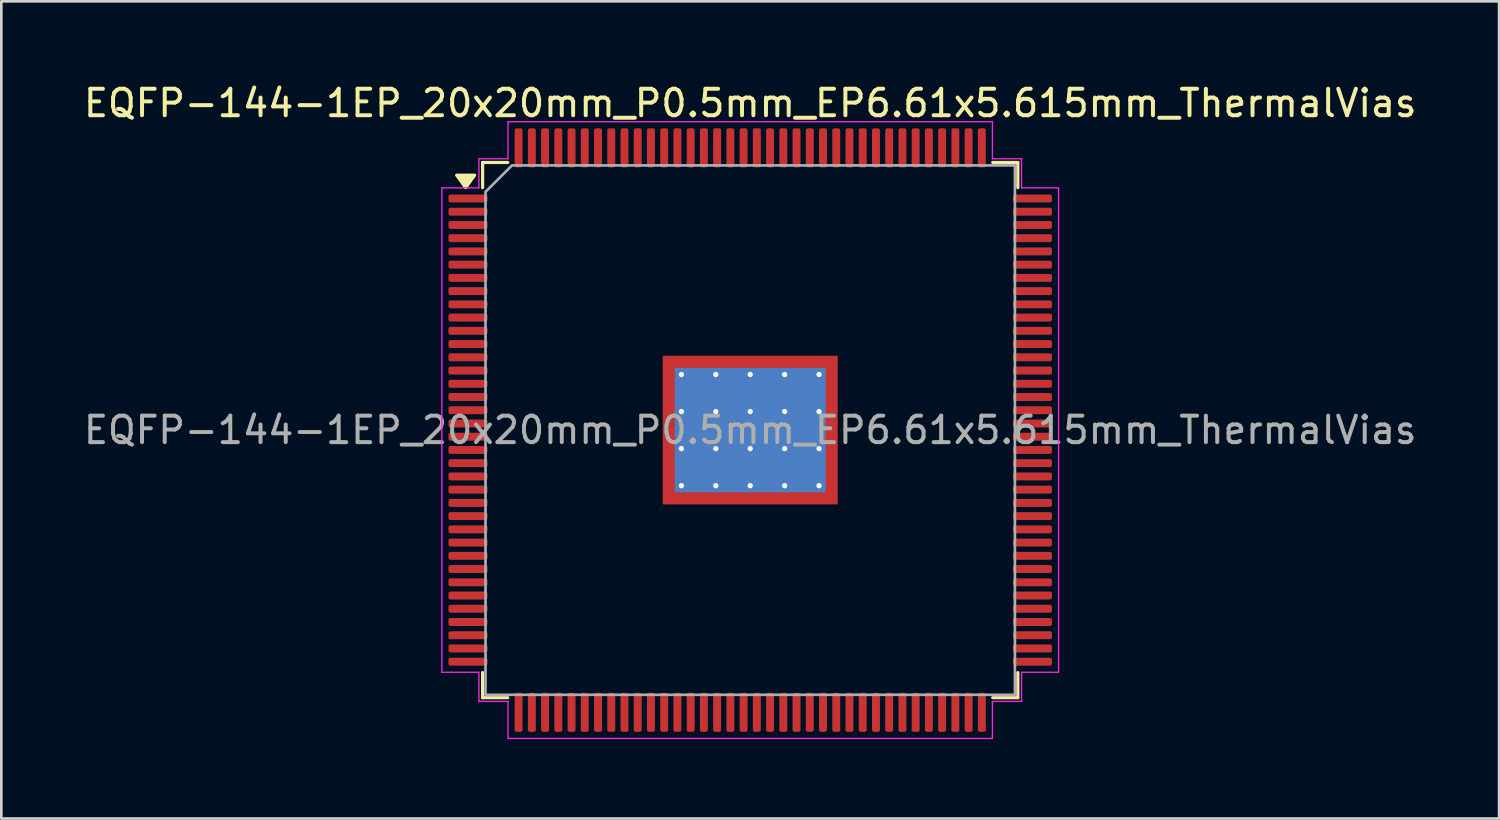
<source format=kicad_pcb>
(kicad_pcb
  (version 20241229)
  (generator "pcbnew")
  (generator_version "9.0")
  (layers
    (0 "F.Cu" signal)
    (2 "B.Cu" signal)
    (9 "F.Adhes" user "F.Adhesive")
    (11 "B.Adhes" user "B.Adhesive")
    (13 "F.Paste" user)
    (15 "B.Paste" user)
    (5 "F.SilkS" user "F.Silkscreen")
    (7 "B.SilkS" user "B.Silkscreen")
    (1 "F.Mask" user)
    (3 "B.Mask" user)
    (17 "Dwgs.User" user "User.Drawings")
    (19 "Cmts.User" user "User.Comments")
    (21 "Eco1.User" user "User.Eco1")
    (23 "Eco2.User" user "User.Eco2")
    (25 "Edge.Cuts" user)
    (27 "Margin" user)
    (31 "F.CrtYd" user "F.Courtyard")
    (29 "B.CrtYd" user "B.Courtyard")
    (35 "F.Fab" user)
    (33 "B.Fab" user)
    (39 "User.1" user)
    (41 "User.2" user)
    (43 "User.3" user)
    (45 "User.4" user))
  (footprint "EQFP-144-1EP_20x20mm_P0.5mm_EP6.61x5.615mm_ThermalVias"
    (layer "F.Cu")
    (at 25.292 13.198)
    (property "Reference" "EQFP-144-1EP_20x20mm_P0.5mm_EP6.61x5.615mm_ThermalVias" (at 0 -12.35 0) (layer "F.SilkS") (effects (font (size 1 1) (thickness 0.15))))
    (attr smd)
    (fp_line (start -10.11 -10.11) (end -9.16 -10.11) (stroke (width 0.12) (type solid)) (layer "F.SilkS"))
    (fp_line (start -10.11 -9.16) (end -10.11 -10.11) (stroke (width 0.12) (type solid)) (layer "F.SilkS"))
    (fp_line (start -10.11 10.11) (end -10.11 9.16) (stroke (width 0.12) (type solid)) (layer "F.SilkS"))
    (fp_line (start -9.16 10.11) (end -10.11 10.11) (stroke (width 0.12) (type solid)) (layer "F.SilkS"))
    (fp_line (start 9.16 -10.11) (end 10.11 -10.11) (stroke (width 0.12) (type solid)) (layer "F.SilkS"))
    (fp_line (start 10.11 -10.11) (end 10.11 -9.16) (stroke (width 0.12) (type solid)) (layer "F.SilkS"))
    (fp_line (start 10.11 9.16) (end 10.11 10.11) (stroke (width 0.12) (type solid)) (layer "F.SilkS"))
    (fp_line (start 10.11 10.11) (end 9.16 10.11) (stroke (width 0.12) (type solid)) (layer "F.SilkS"))
    (fp_poly (pts (xy -10.75 -9.16) (xy -11.09 -9.63) (xy -10.41 -9.63)) (stroke (width 0.12) (type solid)) (fill yes) (layer "F.SilkS"))
    (fp_line (start -11.65 -9.15) (end -10.25 -9.15) (stroke (width 0.05) (type solid)) (layer "F.CrtYd"))
    (fp_line (start -11.65 9.15) (end -11.65 -9.15) (stroke (width 0.05) (type solid)) (layer "F.CrtYd"))
    (fp_line (start -10.25 -10.25) (end -9.15 -10.25) (stroke (width 0.05) (type solid)) (layer "F.CrtYd"))
    (fp_line (start -10.25 -9.15) (end -10.25 -10.25) (stroke (width 0.05) (type solid)) (layer "F.CrtYd"))
    (fp_line (start -10.25 9.15) (end -11.65 9.15) (stroke (width 0.05) (type solid)) (layer "F.CrtYd"))
    (fp_line (start -10.25 10.25) (end -10.25 9.15) (stroke (width 0.05) (type solid)) (layer "F.CrtYd"))
    (fp_line (start -9.15 -11.65) (end 9.15 -11.65) (stroke (width 0.05) (type solid)) (layer "F.CrtYd"))
    (fp_line (start -9.15 -10.25) (end -9.15 -11.65) (stroke (width 0.05) (type solid)) (layer "F.CrtYd"))
    (fp_line (start -9.15 10.25) (end -10.25 10.25) (stroke (width 0.05) (type solid)) (layer "F.CrtYd"))
    (fp_line (start -9.15 11.65) (end -9.15 10.25) (stroke (width 0.05) (type solid)) (layer "F.CrtYd"))
    (fp_line (start 9.15 -11.65) (end 9.15 -10.25) (stroke (width 0.05) (type solid)) (layer "F.CrtYd"))
    (fp_line (start 9.15 -10.25) (end 10.25 -10.25) (stroke (width 0.05) (type solid)) (layer "F.CrtYd"))
    (fp_line (start 9.15 10.25) (end 9.15 11.65) (stroke (width 0.05) (type solid)) (layer "F.CrtYd"))
    (fp_line (start 9.15 11.65) (end -9.15 11.65) (stroke (width 0.05) (type solid)) (layer "F.CrtYd"))
    (fp_line (start 10.25 -10.25) (end 10.25 -9.15) (stroke (width 0.05) (type solid)) (layer "F.CrtYd"))
    (fp_line (start 10.25 -9.15) (end 11.65 -9.15) (stroke (width 0.05) (type solid)) (layer "F.CrtYd"))
    (fp_line (start 10.25 9.15) (end 10.25 10.25) (stroke (width 0.05) (type solid)) (layer "F.CrtYd"))
    (fp_line (start 10.25 10.25) (end 9.15 10.25) (stroke (width 0.05) (type solid)) (layer "F.CrtYd"))
    (fp_line (start 11.65 -9.15) (end 11.65 9.15) (stroke (width 0.05) (type solid)) (layer "F.CrtYd"))
    (fp_line (start 11.65 9.15) (end 10.25 9.15) (stroke (width 0.05) (type solid)) (layer "F.CrtYd"))
    (fp_poly (pts (xy -10 -9) (xy -10 10) (xy 10 10) (xy 10 -10) (xy -9 -10)) (stroke (width 0.1) (type solid)) (fill no) (layer "F.Fab"))
    (fp_text user "${REFERENCE}" (at 0 0 0) (layer "F.Fab") (effects (font (size 1 1) (thickness 0.15))))
    (pad "" smd roundrect (at -2.64 -2.1) (size 1.07 1.13) (layers "F.Paste") (roundrect_rratio 0.234))
    (pad "" smd roundrect (at -2.64 -0.7) (size 1.07 1.13) (layers "F.Paste") (roundrect_rratio 0.234))
    (pad "" smd roundrect (at -2.64 0.7) (size 1.07 1.13) (layers "F.Paste") (roundrect_rratio 0.234))
    (pad "" smd roundrect (at -2.64 2.1) (size 1.07 1.13) (layers "F.Paste") (roundrect_rratio 0.234))
    (pad "" smd roundrect (at -1.32 -2.1) (size 1.07 1.13) (layers "F.Paste") (roundrect_rratio 0.234))
    (pad "" smd roundrect (at -1.32 -0.7) (size 1.07 1.13) (layers "F.Paste") (roundrect_rratio 0.234))
    (pad "" smd roundrect (at -1.32 0.7) (size 1.07 1.13) (layers "F.Paste") (roundrect_rratio 0.234))
    (pad "" smd roundrect (at -1.32 2.1) (size 1.07 1.13) (layers "F.Paste") (roundrect_rratio 0.234))
    (pad "" smd roundrect (at 0 -2.1) (size 1.07 1.13) (layers "F.Paste") (roundrect_rratio 0.234))
    (pad "" smd roundrect (at 0 -0.7) (size 1.07 1.13) (layers "F.Paste") (roundrect_rratio 0.234))
    (pad "" smd roundrect (at 0 0.7) (size 1.07 1.13) (layers "F.Paste") (roundrect_rratio 0.234))
    (pad "" smd roundrect (at 0 2.1) (size 1.07 1.13) (layers "F.Paste") (roundrect_rratio 0.234))
    (pad "" smd roundrect (at 1.32 -2.1) (size 1.07 1.13) (layers "F.Paste") (roundrect_rratio 0.234))
    (pad "" smd roundrect (at 1.32 -0.7) (size 1.07 1.13) (layers "F.Paste") (roundrect_rratio 0.234))
    (pad "" smd roundrect (at 1.32 0.7) (size 1.07 1.13) (layers "F.Paste") (roundrect_rratio 0.234))
    (pad "" smd roundrect (at 1.32 2.1) (size 1.07 1.13) (layers "F.Paste") (roundrect_rratio 0.234))
    (pad "" smd roundrect (at 2.64 -2.1) (size 1.07 1.13) (layers "F.Paste") (roundrect_rratio 0.234))
    (pad "" smd roundrect (at 2.64 -0.7) (size 1.07 1.13) (layers "F.Paste") (roundrect_rratio 0.234))
    (pad "" smd roundrect (at 2.64 0.7) (size 1.07 1.13) (layers "F.Paste") (roundrect_rratio 0.234))
    (pad "" smd roundrect (at 2.64 2.1) (size 1.07 1.13) (layers "F.Paste") (roundrect_rratio 0.234))
    (pad "1" smd roundrect (at -10.662 -8.75) (size 1.475 0.3) (layers "F.Cu" "F.Mask" "F.Paste") (roundrect_rratio 0.25))
    (pad "2" smd roundrect (at -10.662 -8.25) (size 1.475 0.3) (layers "F.Cu" "F.Mask" "F.Paste") (roundrect_rratio 0.25))
    (pad "3" smd roundrect (at -10.662 -7.75) (size 1.475 0.3) (layers "F.Cu" "F.Mask" "F.Paste") (roundrect_rratio 0.25))
    (pad "4" smd roundrect (at -10.662 -7.25) (size 1.475 0.3) (layers "F.Cu" "F.Mask" "F.Paste") (roundrect_rratio 0.25))
    (pad "5" smd roundrect (at -10.662 -6.75) (size 1.475 0.3) (layers "F.Cu" "F.Mask" "F.Paste") (roundrect_rratio 0.25))
    (pad "6" smd roundrect (at -10.662 -6.25) (size 1.475 0.3) (layers "F.Cu" "F.Mask" "F.Paste") (roundrect_rratio 0.25))
    (pad "7" smd roundrect (at -10.662 -5.75) (size 1.475 0.3) (layers "F.Cu" "F.Mask" "F.Paste") (roundrect_rratio 0.25))
    (pad "8" smd roundrect (at -10.662 -5.25) (size 1.475 0.3) (layers "F.Cu" "F.Mask" "F.Paste") (roundrect_rratio 0.25))
    (pad "9" smd roundrect (at -10.662 -4.75) (size 1.475 0.3) (layers "F.Cu" "F.Mask" "F.Paste") (roundrect_rratio 0.25))
    (pad "10" smd roundrect (at -10.662 -4.25) (size 1.475 0.3) (layers "F.Cu" "F.Mask" "F.Paste") (roundrect_rratio 0.25))
    (pad "11" smd roundrect (at -10.662 -3.75) (size 1.475 0.3) (layers "F.Cu" "F.Mask" "F.Paste") (roundrect_rratio 0.25))
    (pad "12" smd roundrect (at -10.662 -3.25) (size 1.475 0.3) (layers "F.Cu" "F.Mask" "F.Paste") (roundrect_rratio 0.25))
    (pad "13" smd roundrect (at -10.662 -2.75) (size 1.475 0.3) (layers "F.Cu" "F.Mask" "F.Paste") (roundrect_rratio 0.25))
    (pad "14" smd roundrect (at -10.662 -2.25) (size 1.475 0.3) (layers "F.Cu" "F.Mask" "F.Paste") (roundrect_rratio 0.25))
    (pad "15" smd roundrect (at -10.662 -1.75) (size 1.475 0.3) (layers "F.Cu" "F.Mask" "F.Paste") (roundrect_rratio 0.25))
    (pad "16" smd roundrect (at -10.662 -1.25) (size 1.475 0.3) (layers "F.Cu" "F.Mask" "F.Paste") (roundrect_rratio 0.25))
    (pad "17" smd roundrect (at -10.662 -0.75) (size 1.475 0.3) (layers "F.Cu" "F.Mask" "F.Paste") (roundrect_rratio 0.25))
    (pad "18" smd roundrect (at -10.662 -0.25) (size 1.475 0.3) (layers "F.Cu" "F.Mask" "F.Paste") (roundrect_rratio 0.25))
    (pad "19" smd roundrect (at -10.662 0.25) (size 1.475 0.3) (layers "F.Cu" "F.Mask" "F.Paste") (roundrect_rratio 0.25))
    (pad "20" smd roundrect (at -10.662 0.75) (size 1.475 0.3) (layers "F.Cu" "F.Mask" "F.Paste") (roundrect_rratio 0.25))
    (pad "21" smd roundrect (at -10.662 1.25) (size 1.475 0.3) (layers "F.Cu" "F.Mask" "F.Paste") (roundrect_rratio 0.25))
    (pad "22" smd roundrect (at -10.662 1.75) (size 1.475 0.3) (layers "F.Cu" "F.Mask" "F.Paste") (roundrect_rratio 0.25))
    (pad "23" smd roundrect (at -10.662 2.25) (size 1.475 0.3) (layers "F.Cu" "F.Mask" "F.Paste") (roundrect_rratio 0.25))
    (pad "24" smd roundrect (at -10.662 2.75) (size 1.475 0.3) (layers "F.Cu" "F.Mask" "F.Paste") (roundrect_rratio 0.25))
    (pad "25" smd roundrect (at -10.662 3.25) (size 1.475 0.3) (layers "F.Cu" "F.Mask" "F.Paste") (roundrect_rratio 0.25))
    (pad "26" smd roundrect (at -10.662 3.75) (size 1.475 0.3) (layers "F.Cu" "F.Mask" "F.Paste") (roundrect_rratio 0.25))
    (pad "27" smd roundrect (at -10.662 4.25) (size 1.475 0.3) (layers "F.Cu" "F.Mask" "F.Paste") (roundrect_rratio 0.25))
    (pad "28" smd roundrect (at -10.662 4.75) (size 1.475 0.3) (layers "F.Cu" "F.Mask" "F.Paste") (roundrect_rratio 0.25))
    (pad "29" smd roundrect (at -10.662 5.25) (size 1.475 0.3) (layers "F.Cu" "F.Mask" "F.Paste") (roundrect_rratio 0.25))
    (pad "30" smd roundrect (at -10.662 5.75) (size 1.475 0.3) (layers "F.Cu" "F.Mask" "F.Paste") (roundrect_rratio 0.25))
    (pad "31" smd roundrect (at -10.662 6.25) (size 1.475 0.3) (layers "F.Cu" "F.Mask" "F.Paste") (roundrect_rratio 0.25))
    (pad "32" smd roundrect (at -10.662 6.75) (size 1.475 0.3) (layers "F.Cu" "F.Mask" "F.Paste") (roundrect_rratio 0.25))
    (pad "33" smd roundrect (at -10.662 7.25) (size 1.475 0.3) (layers "F.Cu" "F.Mask" "F.Paste") (roundrect_rratio 0.25))
    (pad "34" smd roundrect (at -10.662 7.75) (size 1.475 0.3) (layers "F.Cu" "F.Mask" "F.Paste") (roundrect_rratio 0.25))
    (pad "35" smd roundrect (at -10.662 8.25) (size 1.475 0.3) (layers "F.Cu" "F.Mask" "F.Paste") (roundrect_rratio 0.25))
    (pad "36" smd roundrect (at -10.662 8.75) (size 1.475 0.3) (layers "F.Cu" "F.Mask" "F.Paste") (roundrect_rratio 0.25))
    (pad "37" smd roundrect (at -8.75 10.662) (size 0.3 1.475) (layers "F.Cu" "F.Mask" "F.Paste") (roundrect_rratio 0.25))
    (pad "38" smd roundrect (at -8.25 10.662) (size 0.3 1.475) (layers "F.Cu" "F.Mask" "F.Paste") (roundrect_rratio 0.25))
    (pad "39" smd roundrect (at -7.75 10.662) (size 0.3 1.475) (layers "F.Cu" "F.Mask" "F.Paste") (roundrect_rratio 0.25))
    (pad "40" smd roundrect (at -7.25 10.662) (size 0.3 1.475) (layers "F.Cu" "F.Mask" "F.Paste") (roundrect_rratio 0.25))
    (pad "41" smd roundrect (at -6.75 10.662) (size 0.3 1.475) (layers "F.Cu" "F.Mask" "F.Paste") (roundrect_rratio 0.25))
    (pad "42" smd roundrect (at -6.25 10.662) (size 0.3 1.475) (layers "F.Cu" "F.Mask" "F.Paste") (roundrect_rratio 0.25))
    (pad "43" smd roundrect (at -5.75 10.662) (size 0.3 1.475) (layers "F.Cu" "F.Mask" "F.Paste") (roundrect_rratio 0.25))
    (pad "44" smd roundrect (at -5.25 10.662) (size 0.3 1.475) (layers "F.Cu" "F.Mask" "F.Paste") (roundrect_rratio 0.25))
    (pad "45" smd roundrect (at -4.75 10.662) (size 0.3 1.475) (layers "F.Cu" "F.Mask" "F.Paste") (roundrect_rratio 0.25))
    (pad "46" smd roundrect (at -4.25 10.662) (size 0.3 1.475) (layers "F.Cu" "F.Mask" "F.Paste") (roundrect_rratio 0.25))
    (pad "47" smd roundrect (at -3.75 10.662) (size 0.3 1.475) (layers "F.Cu" "F.Mask" "F.Paste") (roundrect_rratio 0.25))
    (pad "48" smd roundrect (at -3.25 10.662) (size 0.3 1.475) (layers "F.Cu" "F.Mask" "F.Paste") (roundrect_rratio 0.25))
    (pad "49" smd roundrect (at -2.75 10.662) (size 0.3 1.475) (layers "F.Cu" "F.Mask" "F.Paste") (roundrect_rratio 0.25))
    (pad "50" smd roundrect (at -2.25 10.662) (size 0.3 1.475) (layers "F.Cu" "F.Mask" "F.Paste") (roundrect_rratio 0.25))
    (pad "51" smd roundrect (at -1.75 10.662) (size 0.3 1.475) (layers "F.Cu" "F.Mask" "F.Paste") (roundrect_rratio 0.25))
    (pad "52" smd roundrect (at -1.25 10.662) (size 0.3 1.475) (layers "F.Cu" "F.Mask" "F.Paste") (roundrect_rratio 0.25))
    (pad "53" smd roundrect (at -0.75 10.662) (size 0.3 1.475) (layers "F.Cu" "F.Mask" "F.Paste") (roundrect_rratio 0.25))
    (pad "54" smd roundrect (at -0.25 10.662) (size 0.3 1.475) (layers "F.Cu" "F.Mask" "F.Paste") (roundrect_rratio 0.25))
    (pad "55" smd roundrect (at 0.25 10.662) (size 0.3 1.475) (layers "F.Cu" "F.Mask" "F.Paste") (roundrect_rratio 0.25))
    (pad "56" smd roundrect (at 0.75 10.662) (size 0.3 1.475) (layers "F.Cu" "F.Mask" "F.Paste") (roundrect_rratio 0.25))
    (pad "57" smd roundrect (at 1.25 10.662) (size 0.3 1.475) (layers "F.Cu" "F.Mask" "F.Paste") (roundrect_rratio 0.25))
    (pad "58" smd roundrect (at 1.75 10.662) (size 0.3 1.475) (layers "F.Cu" "F.Mask" "F.Paste") (roundrect_rratio 0.25))
    (pad "59" smd roundrect (at 2.25 10.662) (size 0.3 1.475) (layers "F.Cu" "F.Mask" "F.Paste") (roundrect_rratio 0.25))
    (pad "60" smd roundrect (at 2.75 10.662) (size 0.3 1.475) (layers "F.Cu" "F.Mask" "F.Paste") (roundrect_rratio 0.25))
    (pad "61" smd roundrect (at 3.25 10.662) (size 0.3 1.475) (layers "F.Cu" "F.Mask" "F.Paste") (roundrect_rratio 0.25))
    (pad "62" smd roundrect (at 3.75 10.662) (size 0.3 1.475) (layers "F.Cu" "F.Mask" "F.Paste") (roundrect_rratio 0.25))
    (pad "63" smd roundrect (at 4.25 10.662) (size 0.3 1.475) (layers "F.Cu" "F.Mask" "F.Paste") (roundrect_rratio 0.25))
    (pad "64" smd roundrect (at 4.75 10.662) (size 0.3 1.475) (layers "F.Cu" "F.Mask" "F.Paste") (roundrect_rratio 0.25))
    (pad "65" smd roundrect (at 5.25 10.662) (size 0.3 1.475) (layers "F.Cu" "F.Mask" "F.Paste") (roundrect_rratio 0.25))
    (pad "66" smd roundrect (at 5.75 10.662) (size 0.3 1.475) (layers "F.Cu" "F.Mask" "F.Paste") (roundrect_rratio 0.25))
    (pad "67" smd roundrect (at 6.25 10.662) (size 0.3 1.475) (layers "F.Cu" "F.Mask" "F.Paste") (roundrect_rratio 0.25))
    (pad "68" smd roundrect (at 6.75 10.662) (size 0.3 1.475) (layers "F.Cu" "F.Mask" "F.Paste") (roundrect_rratio 0.25))
    (pad "69" smd roundrect (at 7.25 10.662) (size 0.3 1.475) (layers "F.Cu" "F.Mask" "F.Paste") (roundrect_rratio 0.25))
    (pad "70" smd roundrect (at 7.75 10.662) (size 0.3 1.475) (layers "F.Cu" "F.Mask" "F.Paste") (roundrect_rratio 0.25))
    (pad "71" smd roundrect (at 8.25 10.662) (size 0.3 1.475) (layers "F.Cu" "F.Mask" "F.Paste") (roundrect_rratio 0.25))
    (pad "72" smd roundrect (at 8.75 10.662) (size 0.3 1.475) (layers "F.Cu" "F.Mask" "F.Paste") (roundrect_rratio 0.25))
    (pad "73" smd roundrect (at 10.662 8.75) (size 1.475 0.3) (layers "F.Cu" "F.Mask" "F.Paste") (roundrect_rratio 0.25))
    (pad "74" smd roundrect (at 10.662 8.25) (size 1.475 0.3) (layers "F.Cu" "F.Mask" "F.Paste") (roundrect_rratio 0.25))
    (pad "75" smd roundrect (at 10.662 7.75) (size 1.475 0.3) (layers "F.Cu" "F.Mask" "F.Paste") (roundrect_rratio 0.25))
    (pad "76" smd roundrect (at 10.662 7.25) (size 1.475 0.3) (layers "F.Cu" "F.Mask" "F.Paste") (roundrect_rratio 0.25))
    (pad "77" smd roundrect (at 10.662 6.75) (size 1.475 0.3) (layers "F.Cu" "F.Mask" "F.Paste") (roundrect_rratio 0.25))
    (pad "78" smd roundrect (at 10.662 6.25) (size 1.475 0.3) (layers "F.Cu" "F.Mask" "F.Paste") (roundrect_rratio 0.25))
    (pad "79" smd roundrect (at 10.662 5.75) (size 1.475 0.3) (layers "F.Cu" "F.Mask" "F.Paste") (roundrect_rratio 0.25))
    (pad "80" smd roundrect (at 10.662 5.25) (size 1.475 0.3) (layers "F.Cu" "F.Mask" "F.Paste") (roundrect_rratio 0.25))
    (pad "81" smd roundrect (at 10.662 4.75) (size 1.475 0.3) (layers "F.Cu" "F.Mask" "F.Paste") (roundrect_rratio 0.25))
    (pad "82" smd roundrect (at 10.662 4.25) (size 1.475 0.3) (layers "F.Cu" "F.Mask" "F.Paste") (roundrect_rratio 0.25))
    (pad "83" smd roundrect (at 10.662 3.75) (size 1.475 0.3) (layers "F.Cu" "F.Mask" "F.Paste") (roundrect_rratio 0.25))
    (pad "84" smd roundrect (at 10.662 3.25) (size 1.475 0.3) (layers "F.Cu" "F.Mask" "F.Paste") (roundrect_rratio 0.25))
    (pad "85" smd roundrect (at 10.662 2.75) (size 1.475 0.3) (layers "F.Cu" "F.Mask" "F.Paste") (roundrect_rratio 0.25))
    (pad "86" smd roundrect (at 10.662 2.25) (size 1.475 0.3) (layers "F.Cu" "F.Mask" "F.Paste") (roundrect_rratio 0.25))
    (pad "87" smd roundrect (at 10.662 1.75) (size 1.475 0.3) (layers "F.Cu" "F.Mask" "F.Paste") (roundrect_rratio 0.25))
    (pad "88" smd roundrect (at 10.662 1.25) (size 1.475 0.3) (layers "F.Cu" "F.Mask" "F.Paste") (roundrect_rratio 0.25))
    (pad "89" smd roundrect (at 10.662 0.75) (size 1.475 0.3) (layers "F.Cu" "F.Mask" "F.Paste") (roundrect_rratio 0.25))
    (pad "90" smd roundrect (at 10.662 0.25) (size 1.475 0.3) (layers "F.Cu" "F.Mask" "F.Paste") (roundrect_rratio 0.25))
    (pad "91" smd roundrect (at 10.662 -0.25) (size 1.475 0.3) (layers "F.Cu" "F.Mask" "F.Paste") (roundrect_rratio 0.25))
    (pad "92" smd roundrect (at 10.662 -0.75) (size 1.475 0.3) (layers "F.Cu" "F.Mask" "F.Paste") (roundrect_rratio 0.25))
    (pad "93" smd roundrect (at 10.662 -1.25) (size 1.475 0.3) (layers "F.Cu" "F.Mask" "F.Paste") (roundrect_rratio 0.25))
    (pad "94" smd roundrect (at 10.662 -1.75) (size 1.475 0.3) (layers "F.Cu" "F.Mask" "F.Paste") (roundrect_rratio 0.25))
    (pad "95" smd roundrect (at 10.662 -2.25) (size 1.475 0.3) (layers "F.Cu" "F.Mask" "F.Paste") (roundrect_rratio 0.25))
    (pad "96" smd roundrect (at 10.662 -2.75) (size 1.475 0.3) (layers "F.Cu" "F.Mask" "F.Paste") (roundrect_rratio 0.25))
    (pad "97" smd roundrect (at 10.662 -3.25) (size 1.475 0.3) (layers "F.Cu" "F.Mask" "F.Paste") (roundrect_rratio 0.25))
    (pad "98" smd roundrect (at 10.662 -3.75) (size 1.475 0.3) (layers "F.Cu" "F.Mask" "F.Paste") (roundrect_rratio 0.25))
    (pad "99" smd roundrect (at 10.662 -4.25) (size 1.475 0.3) (layers "F.Cu" "F.Mask" "F.Paste") (roundrect_rratio 0.25))
    (pad "100" smd roundrect (at 10.662 -4.75) (size 1.475 0.3) (layers "F.Cu" "F.Mask" "F.Paste") (roundrect_rratio 0.25))
    (pad "101" smd roundrect (at 10.662 -5.25) (size 1.475 0.3) (layers "F.Cu" "F.Mask" "F.Paste") (roundrect_rratio 0.25))
    (pad "102" smd roundrect (at 10.662 -5.75) (size 1.475 0.3) (layers "F.Cu" "F.Mask" "F.Paste") (roundrect_rratio 0.25))
    (pad "103" smd roundrect (at 10.662 -6.25) (size 1.475 0.3) (layers "F.Cu" "F.Mask" "F.Paste") (roundrect_rratio 0.25))
    (pad "104" smd roundrect (at 10.662 -6.75) (size 1.475 0.3) (layers "F.Cu" "F.Mask" "F.Paste") (roundrect_rratio 0.25))
    (pad "105" smd roundrect (at 10.662 -7.25) (size 1.475 0.3) (layers "F.Cu" "F.Mask" "F.Paste") (roundrect_rratio 0.25))
    (pad "106" smd roundrect (at 10.662 -7.75) (size 1.475 0.3) (layers "F.Cu" "F.Mask" "F.Paste") (roundrect_rratio 0.25))
    (pad "107" smd roundrect (at 10.662 -8.25) (size 1.475 0.3) (layers "F.Cu" "F.Mask" "F.Paste") (roundrect_rratio 0.25))
    (pad "108" smd roundrect (at 10.662 -8.75) (size 1.475 0.3) (layers "F.Cu" "F.Mask" "F.Paste") (roundrect_rratio 0.25))
    (pad "109" smd roundrect (at 8.75 -10.662) (size 0.3 1.475) (layers "F.Cu" "F.Mask" "F.Paste") (roundrect_rratio 0.25))
    (pad "110" smd roundrect (at 8.25 -10.662) (size 0.3 1.475) (layers "F.Cu" "F.Mask" "F.Paste") (roundrect_rratio 0.25))
    (pad "111" smd roundrect (at 7.75 -10.662) (size 0.3 1.475) (layers "F.Cu" "F.Mask" "F.Paste") (roundrect_rratio 0.25))
    (pad "112" smd roundrect (at 7.25 -10.662) (size 0.3 1.475) (layers "F.Cu" "F.Mask" "F.Paste") (roundrect_rratio 0.25))
    (pad "113" smd roundrect (at 6.75 -10.662) (size 0.3 1.475) (layers "F.Cu" "F.Mask" "F.Paste") (roundrect_rratio 0.25))
    (pad "114" smd roundrect (at 6.25 -10.662) (size 0.3 1.475) (layers "F.Cu" "F.Mask" "F.Paste") (roundrect_rratio 0.25))
    (pad "115" smd roundrect (at 5.75 -10.662) (size 0.3 1.475) (layers "F.Cu" "F.Mask" "F.Paste") (roundrect_rratio 0.25))
    (pad "116" smd roundrect (at 5.25 -10.662) (size 0.3 1.475) (layers "F.Cu" "F.Mask" "F.Paste") (roundrect_rratio 0.25))
    (pad "117" smd roundrect (at 4.75 -10.662) (size 0.3 1.475) (layers "F.Cu" "F.Mask" "F.Paste") (roundrect_rratio 0.25))
    (pad "118" smd roundrect (at 4.25 -10.662) (size 0.3 1.475) (layers "F.Cu" "F.Mask" "F.Paste") (roundrect_rratio 0.25))
    (pad "119" smd roundrect (at 3.75 -10.662) (size 0.3 1.475) (layers "F.Cu" "F.Mask" "F.Paste") (roundrect_rratio 0.25))
    (pad "120" smd roundrect (at 3.25 -10.662) (size 0.3 1.475) (layers "F.Cu" "F.Mask" "F.Paste") (roundrect_rratio 0.25))
    (pad "121" smd roundrect (at 2.75 -10.662) (size 0.3 1.475) (layers "F.Cu" "F.Mask" "F.Paste") (roundrect_rratio 0.25))
    (pad "122" smd roundrect (at 2.25 -10.662) (size 0.3 1.475) (layers "F.Cu" "F.Mask" "F.Paste") (roundrect_rratio 0.25))
    (pad "123" smd roundrect (at 1.75 -10.662) (size 0.3 1.475) (layers "F.Cu" "F.Mask" "F.Paste") (roundrect_rratio 0.25))
    (pad "124" smd roundrect (at 1.25 -10.662) (size 0.3 1.475) (layers "F.Cu" "F.Mask" "F.Paste") (roundrect_rratio 0.25))
    (pad "125" smd roundrect (at 0.75 -10.662) (size 0.3 1.475) (layers "F.Cu" "F.Mask" "F.Paste") (roundrect_rratio 0.25))
    (pad "126" smd roundrect (at 0.25 -10.662) (size 0.3 1.475) (layers "F.Cu" "F.Mask" "F.Paste") (roundrect_rratio 0.25))
    (pad "127" smd roundrect (at -0.25 -10.662) (size 0.3 1.475) (layers "F.Cu" "F.Mask" "F.Paste") (roundrect_rratio 0.25))
    (pad "128" smd roundrect (at -0.75 -10.662) (size 0.3 1.475) (layers "F.Cu" "F.Mask" "F.Paste") (roundrect_rratio 0.25))
    (pad "129" smd roundrect (at -1.25 -10.662) (size 0.3 1.475) (layers "F.Cu" "F.Mask" "F.Paste") (roundrect_rratio 0.25))
    (pad "130" smd roundrect (at -1.75 -10.662) (size 0.3 1.475) (layers "F.Cu" "F.Mask" "F.Paste") (roundrect_rratio 0.25))
    (pad "131" smd roundrect (at -2.25 -10.662) (size 0.3 1.475) (layers "F.Cu" "F.Mask" "F.Paste") (roundrect_rratio 0.25))
    (pad "132" smd roundrect (at -2.75 -10.662) (size 0.3 1.475) (layers "F.Cu" "F.Mask" "F.Paste") (roundrect_rratio 0.25))
    (pad "133" smd roundrect (at -3.25 -10.662) (size 0.3 1.475) (layers "F.Cu" "F.Mask" "F.Paste") (roundrect_rratio 0.25))
    (pad "134" smd roundrect (at -3.75 -10.662) (size 0.3 1.475) (layers "F.Cu" "F.Mask" "F.Paste") (roundrect_rratio 0.25))
    (pad "135" smd roundrect (at -4.25 -10.662) (size 0.3 1.475) (layers "F.Cu" "F.Mask" "F.Paste") (roundrect_rratio 0.25))
    (pad "136" smd roundrect (at -4.75 -10.662) (size 0.3 1.475) (layers "F.Cu" "F.Mask" "F.Paste") (roundrect_rratio 0.25))
    (pad "137" smd roundrect (at -5.25 -10.662) (size 0.3 1.475) (layers "F.Cu" "F.Mask" "F.Paste") (roundrect_rratio 0.25))
    (pad "138" smd roundrect (at -5.75 -10.662) (size 0.3 1.475) (layers "F.Cu" "F.Mask" "F.Paste") (roundrect_rratio 0.25))
    (pad "139" smd roundrect (at -6.25 -10.662) (size 0.3 1.475) (layers "F.Cu" "F.Mask" "F.Paste") (roundrect_rratio 0.25))
    (pad "140" smd roundrect (at -6.75 -10.662) (size 0.3 1.475) (layers "F.Cu" "F.Mask" "F.Paste") (roundrect_rratio 0.25))
    (pad "141" smd roundrect (at -7.25 -10.662) (size 0.3 1.475) (layers "F.Cu" "F.Mask" "F.Paste") (roundrect_rratio 0.25))
    (pad "142" smd roundrect (at -7.75 -10.662) (size 0.3 1.475) (layers "F.Cu" "F.Mask" "F.Paste") (roundrect_rratio 0.25))
    (pad "143" smd roundrect (at -8.25 -10.662) (size 0.3 1.475) (layers "F.Cu" "F.Mask" "F.Paste") (roundrect_rratio 0.25))
    (pad "144" smd roundrect (at -8.75 -10.662) (size 0.3 1.475) (layers "F.Cu" "F.Mask" "F.Paste") (roundrect_rratio 0.25))
    (pad "145" thru_hole circle (at -2.6 -2.1) (size 0.5 0.5) (drill 0.2) (property pad_prop_heatsink) (layers "*.Cu"))
    (pad "145" thru_hole circle (at -2.6 -0.7) (size 0.5 0.5) (drill 0.2) (property pad_prop_heatsink) (layers "*.Cu"))
    (pad "145" thru_hole circle (at -2.6 0.7) (size 0.5 0.5) (drill 0.2) (property pad_prop_heatsink) (layers "*.Cu"))
    (pad "145" thru_hole circle (at -2.6 2.1) (size 0.5 0.5) (drill 0.2) (property pad_prop_heatsink) (layers "*.Cu"))
    (pad "145" thru_hole circle (at -1.3 -2.1) (size 0.5 0.5) (drill 0.2) (property pad_prop_heatsink) (layers "*.Cu"))
    (pad "145" thru_hole circle (at -1.3 -0.7) (size 0.5 0.5) (drill 0.2) (property pad_prop_heatsink) (layers "*.Cu"))
    (pad "145" thru_hole circle (at -1.3 0.7) (size 0.5 0.5) (drill 0.2) (property pad_prop_heatsink) (layers "*.Cu"))
    (pad "145" thru_hole circle (at -1.3 2.1) (size 0.5 0.5) (drill 0.2) (property pad_prop_heatsink) (layers "*.Cu"))
    (pad "145" thru_hole circle (at 0 -2.1) (size 0.5 0.5) (drill 0.2) (property pad_prop_heatsink) (layers "*.Cu"))
    (pad "145" thru_hole circle (at 0 -0.7) (size 0.5 0.5) (drill 0.2) (property pad_prop_heatsink) (layers "*.Cu"))
    (pad "145" smd rect (at 0 0) (size 5.7 4.7) (property pad_prop_heatsink) (layers "B.Cu"))
    (pad "145" smd rect (at 0 0) (size 6.61 5.615) (property pad_prop_heatsink) (layers "F.Cu" "F.Mask"))
    (pad "145" thru_hole circle (at 0 0.7) (size 0.5 0.5) (drill 0.2) (property pad_prop_heatsink) (layers "*.Cu"))
    (pad "145" thru_hole circle (at 0 2.1) (size 0.5 0.5) (drill 0.2) (property pad_prop_heatsink) (layers "*.Cu"))
    (pad "145" thru_hole circle (at 1.3 -2.1) (size 0.5 0.5) (drill 0.2) (property pad_prop_heatsink) (layers "*.Cu"))
    (pad "145" thru_hole circle (at 1.3 -0.7) (size 0.5 0.5) (drill 0.2) (property pad_prop_heatsink) (layers "*.Cu"))
    (pad "145" thru_hole circle (at 1.3 0.7) (size 0.5 0.5) (drill 0.2) (property pad_prop_heatsink) (layers "*.Cu"))
    (pad "145" thru_hole circle (at 1.3 2.1) (size 0.5 0.5) (drill 0.2) (property pad_prop_heatsink) (layers "*.Cu"))
    (pad "145" thru_hole circle (at 2.6 -2.1) (size 0.5 0.5) (drill 0.2) (property pad_prop_heatsink) (layers "*.Cu"))
    (pad "145" thru_hole circle (at 2.6 -0.7) (size 0.5 0.5) (drill 0.2) (property pad_prop_heatsink) (layers "*.Cu"))
    (pad "145" thru_hole circle (at 2.6 0.7) (size 0.5 0.5) (drill 0.2) (property pad_prop_heatsink) (layers "*.Cu"))
    (pad "145" thru_hole circle (at 2.6 2.1) (size 0.5 0.5) (drill 0.2) (property pad_prop_heatsink) (layers "*.Cu")))
  (gr_rect
    (start -3 -3)
    (end 53.583 27.873)
    (stroke (width 0.1) (type default))
    (fill no)
    (layer "Edge.Cuts")))
</source>
